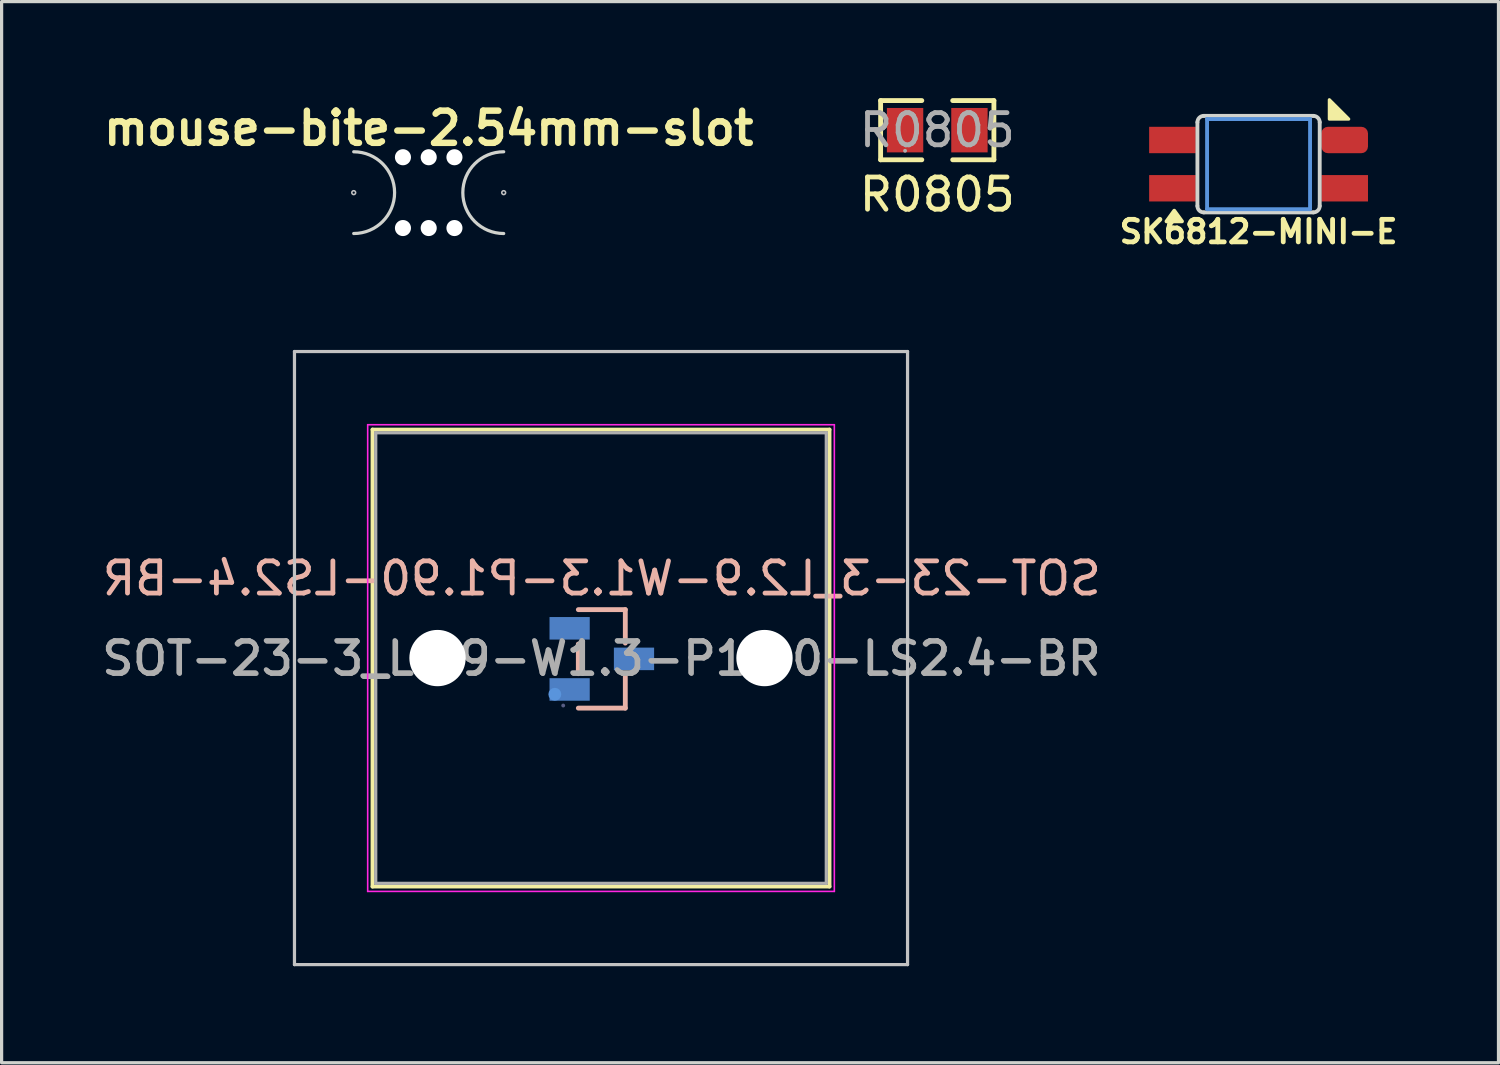
<source format=kicad_pcb>
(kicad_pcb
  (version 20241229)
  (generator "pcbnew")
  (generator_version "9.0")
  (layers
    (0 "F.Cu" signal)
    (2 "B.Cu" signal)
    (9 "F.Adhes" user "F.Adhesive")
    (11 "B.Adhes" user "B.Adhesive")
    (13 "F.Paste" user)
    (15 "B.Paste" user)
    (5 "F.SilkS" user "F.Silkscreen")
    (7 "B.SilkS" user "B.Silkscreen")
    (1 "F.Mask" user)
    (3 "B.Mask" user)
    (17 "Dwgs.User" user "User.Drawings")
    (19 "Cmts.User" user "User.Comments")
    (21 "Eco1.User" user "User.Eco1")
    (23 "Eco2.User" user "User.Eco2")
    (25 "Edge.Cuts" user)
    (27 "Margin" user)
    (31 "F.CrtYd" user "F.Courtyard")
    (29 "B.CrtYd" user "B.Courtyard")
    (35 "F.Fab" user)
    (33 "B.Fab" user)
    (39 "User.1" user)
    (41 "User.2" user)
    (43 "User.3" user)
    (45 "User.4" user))
  (footprint "R0805"
    (layer "F.Cu")
    (at 26.073 0.995)
    (property "Reference" "R0805" (at 0 2 0) (layer "F.SilkS") (effects (font (size 1 1) (thickness 0.15))))
    (attr smd)
    (fp_line (start -1.76 -0.92) (end -0.48 -0.92) (stroke (width 0.15) (type solid)) (layer "F.SilkS"))
    (fp_line (start -1.76 0.92) (end -1.76 -0.92) (stroke (width 0.15) (type solid)) (layer "F.SilkS"))
    (fp_line (start -0.48 0.92) (end -1.76 0.92) (stroke (width 0.15) (type solid)) (layer "F.SilkS"))
    (fp_line (start 0.48 0.92) (end 1.76 0.92) (stroke (width 0.15) (type solid)) (layer "F.SilkS"))
    (fp_line (start 1.76 -0.92) (end 0.48 -0.92) (stroke (width 0.15) (type solid)) (layer "F.SilkS"))
    (fp_line (start 1.76 0.92) (end 1.76 -0.92) (stroke (width 0.15) (type solid)) (layer "F.SilkS"))
    (fp_circle (center -1 0.64) (end -0.97 0.64) (stroke (width 0.06) (type solid)) (fill no) (layer "F.Fab"))
    (fp_text user "${REFERENCE}" (at 0 0 0) (layer "F.Fab") (effects (font (size 1 1) (thickness 0.15))))
    (pad "1" smd rect (at -1 0) (size 1.13 1.38) (layers "F.Cu" "F.Mask" "F.Paste"))
    (pad "2" smd rect (at 1 0) (size 1.13 1.38) (layers "F.Cu" "F.Mask" "F.Paste")))
  (footprint "mouse-bite-2.54mm-slot"
    (layer "F.Cu")
    (at 10.271 2.936)
    (property "Reference" "mouse-bite-2.54mm-slot" (at 0 -2 0) (layer "F.SilkS") (effects (font (size 1 1) (thickness 0.2))))
    (attr through_hole)
    (fp_circle (center -2.33 0) (end -2.27 0) (stroke (width 0.05) (type solid)) (fill no) (layer "Dwgs.User"))
    (fp_circle (center 2.33 0) (end 2.33 -0.06) (stroke (width 0.05) (type solid)) (fill no) (layer "Dwgs.User"))
    (fp_line (start -2.33 0) (end -2.33 0) (stroke (width 2.54) (type solid)) (layer "Eco1.User"))
    (fp_line (start 2.33 0) (end 2.33 0) (stroke (width 2.54) (type solid)) (layer "Eco1.User"))
    (fp_arc (start -2.33 -1.27) (mid -1.06 0) (end -2.33 1.27) (stroke (width 0.1) (type solid)) (layer "Edge.Cuts"))
    (fp_arc (start 2.33 1.27) (mid 1.06 0) (end 2.33 -1.27) (stroke (width 0.1) (type solid)) (layer "Edge.Cuts"))
    (pad "" np_thru_hole circle (at -0.8 -1.1) (size 0.5 0.5) (drill 0.5) (layers "*.Cu" "*.Mask"))
    (pad "" np_thru_hole circle (at -0.8 1.1) (size 0.5 0.5) (drill 0.5) (layers "*.Cu" "*.Mask"))
    (pad "" np_thru_hole circle (at 0 -1.1) (size 0.5 0.5) (drill 0.5) (layers "*.Cu" "*.Mask"))
    (pad "" np_thru_hole circle (at 0 1.1) (size 0.5 0.5) (drill 0.5) (layers "*.Cu" "*.Mask"))
    (pad "" np_thru_hole circle (at 0.8 -1.1) (size 0.5 0.5) (drill 0.5) (layers "*.Cu" "*.Mask"))
    (pad "" np_thru_hole circle (at 0.8 1.1) (size 0.5 0.5) (drill 0.5) (layers "*.Cu" "*.Mask")))
  (footprint "SK6812-MINI-E"
    (layer "F.Cu")
    (at 36.057 2.05)
    (property "Reference" "SK6812-MINI-E" (at 0 2.1 0) (unlocked yes) (layer "F.SilkS") (effects (font (size 0.7 0.7) (thickness 0.15))))
    (attr smd)
    (fp_poly (pts (xy 2.8 -1.4) (xy 2.2 -1.4) (xy 2.2 -2)) (stroke (width 0.1) (type solid)) (fill yes) (layer "F.SilkS"))
    (fp_poly (pts (xy -2.62 1.448) (xy -2.38 1.778) (xy -2.86 1.778) (xy -2.62 1.448)) (stroke (width 0.12) (type solid)) (fill yes) (layer "F.SilkS"))
    (fp_line (start -1.6 -1.4) (end 1.6 -1.4) (stroke (width 0.12) (type solid)) (layer "Cmts.User"))
    (fp_line (start -1.6 1.4) (end -1.6 -1.4) (stroke (width 0.12) (type solid)) (layer "Cmts.User"))
    (fp_line (start 1.6 -1.4) (end 1.6 1.4) (stroke (width 0.12) (type solid)) (layer "Cmts.User"))
    (fp_line (start 1.6 1.4) (end -1.6 1.4) (stroke (width 0.12) (type solid)) (layer "Cmts.User"))
    (fp_line (start -1.9 1.3) (end -1.9 -1.3) (stroke (width 0.12) (type solid)) (layer "Edge.Cuts"))
    (fp_line (start -1.7 -1.5) (end 1.7 -1.5) (stroke (width 0.12) (type solid)) (layer "Edge.Cuts"))
    (fp_line (start 1.7 1.5) (end -1.7 1.5) (stroke (width 0.12) (type solid)) (layer "Edge.Cuts"))
    (fp_line (start 1.9 -1.3) (end 1.9 1.3) (stroke (width 0.12) (type solid)) (layer "Edge.Cuts"))
    (fp_arc (start -1.9 -1.3) (mid -1.841421 -1.441421) (end -1.7 -1.5) (stroke (width 0.12) (type solid)) (layer "Edge.Cuts"))
    (fp_arc (start -1.7 1.5) (mid -1.841421 1.441421) (end -1.9 1.3) (stroke (width 0.12) (type solid)) (layer "Edge.Cuts"))
    (fp_arc (start 1.7 -1.5) (mid 1.841421 -1.441421) (end 1.9 -1.3) (stroke (width 0.12) (type solid)) (layer "Edge.Cuts"))
    (fp_arc (start 1.9 1.3) (mid 1.841421 1.441421) (end 1.7 1.5) (stroke (width 0.12) (type solid)) (layer "Edge.Cuts"))
    (pad "1" smd rect (at -2.675 -0.75) (size 1.45 0.82) (layers "F.Cu" "F.Mask" "F.Paste"))
    (pad "2" smd roundrect (at 2.675 -0.75) (size 1.45 0.82) (layers "F.Cu" "F.Mask" "F.Paste") (roundrect_rratio 0.25))
    (pad "3" smd rect (at 2.675 0.75) (size 1.45 0.82) (layers "F.Cu" "F.Mask" "F.Paste"))
    (pad "4" smd rect (at -2.675 0.75) (size 1.45 0.82) (layers "F.Cu" "F.Mask" "F.Paste")))
  (footprint "SOT-23-3_L2.9-W1.3-P1.90-LS2.4-BR"
    (layer "F.Cu")
    (at 15.65 17.423)
    (property "Reference" "SOT-23-3_L2.9-W1.3-P1.90-LS2.4-BR" (at 0 -2.5 0) (layer "B.SilkS") (effects (font (size 1 1) (thickness 0.15)) (justify mirror)))
    (attr smd)
    (fp_line (start -7.125 -7.125) (end -7.125 7.075) (stroke (width 0.12) (type solid)) (layer "F.SilkS"))
    (fp_line (start -7.125 7.075) (end 7.075 7.075) (stroke (width 0.12) (type solid)) (layer "F.SilkS"))
    (fp_line (start 7.075 -7.125) (end -7.125 -7.125) (stroke (width 0.12) (type solid)) (layer "F.SilkS"))
    (fp_line (start 7.075 7.075) (end 7.075 -7.125) (stroke (width 0.12) (type solid)) (layer "F.SilkS"))
    (fp_line (start -0.73 -1.53) (end 0.73 -1.53) (stroke (width 0.15) (type solid)) (layer "B.SilkS"))
    (fp_line (start -0.73 -0.46) (end -0.73 0.46) (stroke (width 0.15) (type solid)) (layer "B.SilkS"))
    (fp_line (start -0.73 1.53) (end 0.73 1.53) (stroke (width 0.15) (type solid)) (layer "B.SilkS"))
    (fp_line (start 0.73 -1.53) (end 0.73 -0.49) (stroke (width 0.15) (type solid)) (layer "B.SilkS"))
    (fp_line (start 0.73 1.53) (end 0.73 0.49) (stroke (width 0.15) (type solid)) (layer "B.SilkS"))
    (fp_line (start -9.55 -9.55) (end -9.55 9.5) (stroke (width 0.1) (type solid)) (layer "Dwgs.User"))
    (fp_line (start -9.55 9.5) (end 9.5 9.5) (stroke (width 0.1) (type solid)) (layer "Dwgs.User"))
    (fp_line (start 9.5 -9.55) (end -9.55 -9.55) (stroke (width 0.1) (type solid)) (layer "Dwgs.User"))
    (fp_line (start 9.5 9.5) (end 9.5 -9.55) (stroke (width 0.1) (type solid)) (layer "Dwgs.User"))
    (fp_circle (center -1.46 1.1) (end -1.56 1.1) (stroke (width 0.2) (type solid)) (fill no) (layer "Cmts.User"))
    (fp_line (start -7.025 -7.025) (end -7.025 6.975) (stroke (width 0.1) (type solid)) (layer "Eco1.User"))
    (fp_line (start -7.025 6.975) (end 6.975 6.975) (stroke (width 0.1) (type solid)) (layer "Eco1.User"))
    (fp_line (start 6.975 -7.025) (end -7.025 -7.025) (stroke (width 0.1) (type solid)) (layer "Eco1.User"))
    (fp_line (start 6.975 6.975) (end 6.975 -7.025) (stroke (width 0.1) (type solid)) (layer "Eco1.User"))
    (fp_line (start -7.275 -7.275) (end -7.275 7.225) (stroke (width 0.05) (type solid)) (layer "F.CrtYd"))
    (fp_line (start -7.275 7.225) (end 7.225 7.225) (stroke (width 0.05) (type solid)) (layer "F.CrtYd"))
    (fp_line (start 7.225 -7.275) (end -7.275 -7.275) (stroke (width 0.05) (type solid)) (layer "F.CrtYd"))
    (fp_line (start 7.225 7.225) (end 7.225 -7.275) (stroke (width 0.05) (type solid)) (layer "F.CrtYd"))
    (fp_circle (center -1.2 1.45) (end -1.23 1.45) (stroke (width 0.06) (type solid)) (fill no) (layer "B.Fab"))
    (fp_line (start -7.025 -7.025) (end -7.025 6.975) (stroke (width 0.1) (type solid)) (layer "F.Fab"))
    (fp_line (start -7.025 6.975) (end 6.975 6.975) (stroke (width 0.1) (type solid)) (layer "F.Fab"))
    (fp_line (start 6.975 -7.025) (end -7.025 -7.025) (stroke (width 0.1) (type solid)) (layer "F.Fab"))
    (fp_line (start 6.975 6.975) (end 6.975 -7.025) (stroke (width 0.1) (type solid)) (layer "F.Fab"))
    (fp_text user "${REFERENCE}" (at -0.025 -0.025 0) (layer "F.Fab") (effects (font (size 1 1) (thickness 0.15))))
    (fp_text user "${REFERENCE}" (at 0 0 0) (layer "F.Fab") (effects (font (size 1 1) (thickness 0.15))))
    (pad "" np_thru_hole circle (at -5.105 -0.025) (size 1.75 1.75) (drill 1.75) (layers "*.Cu" "*.Mask"))
    (pad "" np_thru_hole circle (at 5.055 -0.025) (size 1.75 1.75) (drill 1.75) (layers "*.Cu" "*.Mask"))
    (pad "1" smd rect (at -1 0.95) (size 1.25 0.7) (layers "B.Cu" "B.Mask" "B.Paste"))
    (pad "2" smd rect (at -1 -0.95) (size 1.25 0.7) (layers "B.Cu" "B.Mask" "B.Paste"))
    (pad "3" smd rect (at 1 0) (size 1.25 0.7) (layers "B.Cu" "B.Mask" "B.Paste")))
  (gr_rect
    (start -3 -3)
    (end 43.512 29.973)
    (stroke (width 0.1) (type default))
    (fill no)
    (layer "Edge.Cuts")))
</source>
